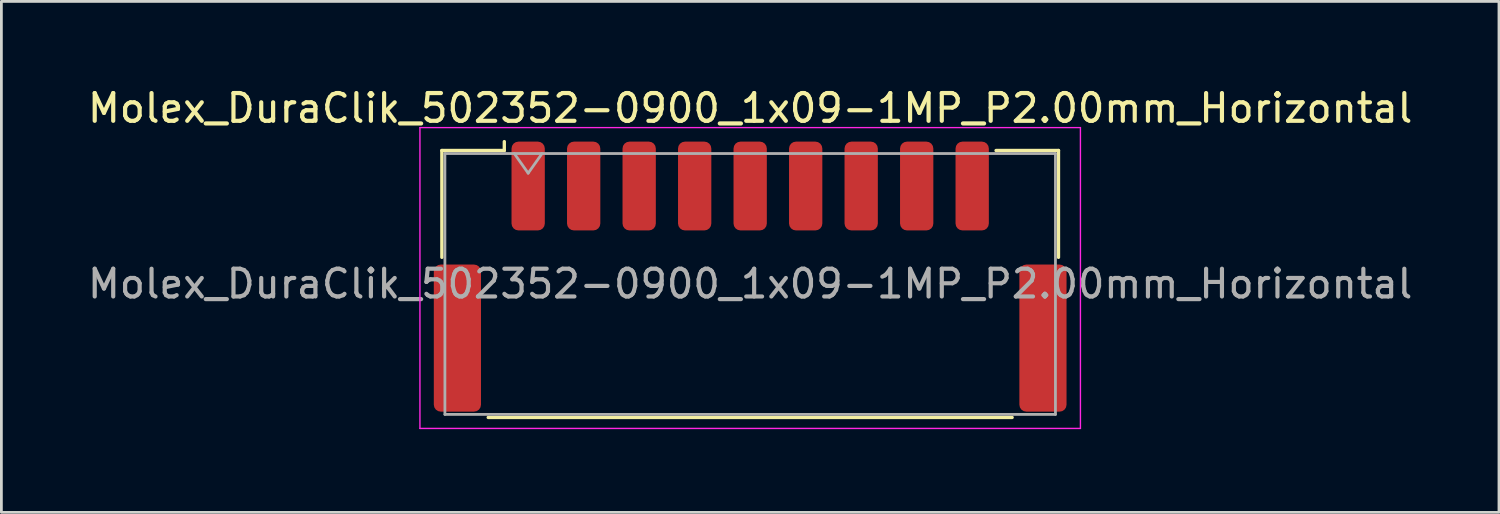
<source format=kicad_pcb>
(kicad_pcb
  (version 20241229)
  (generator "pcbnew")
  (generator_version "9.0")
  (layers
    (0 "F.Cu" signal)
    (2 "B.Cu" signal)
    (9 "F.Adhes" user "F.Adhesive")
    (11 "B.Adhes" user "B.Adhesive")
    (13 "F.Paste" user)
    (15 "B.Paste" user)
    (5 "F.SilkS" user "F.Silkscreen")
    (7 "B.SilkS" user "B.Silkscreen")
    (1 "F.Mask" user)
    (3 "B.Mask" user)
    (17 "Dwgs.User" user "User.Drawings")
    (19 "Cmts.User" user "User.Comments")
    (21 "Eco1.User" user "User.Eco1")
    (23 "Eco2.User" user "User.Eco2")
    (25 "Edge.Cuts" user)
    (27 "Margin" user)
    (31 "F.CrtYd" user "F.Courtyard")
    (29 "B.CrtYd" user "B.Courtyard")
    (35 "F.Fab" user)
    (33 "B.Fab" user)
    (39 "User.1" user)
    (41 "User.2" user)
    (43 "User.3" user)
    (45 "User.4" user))
  (footprint "Molex_DuraClik_502352-0900_1x09-1MP_P2.00mm_Horizontal"
    (layer "F.Cu")
    (at 23.982 6.918)
    (property "Reference" "Molex_DuraClik_502352-0900_1x09-1MP_P2.00mm_Horizontal" (at 0 -6.07 0) (layer "F.SilkS") (effects (font (size 1 1) (thickness 0.15))))
    (attr smd)
    (fp_line (start -11.11 -4.545) (end -8.86 -4.545) (stroke (width 0.12) (type solid)) (layer "F.SilkS"))
    (fp_line (start -11.11 -0.695) (end -11.11 -4.545) (stroke (width 0.12) (type solid)) (layer "F.SilkS"))
    (fp_line (start -9.44 5.075) (end 9.44 5.075) (stroke (width 0.12) (type solid)) (layer "F.SilkS"))
    (fp_line (start -8.86 -4.545) (end -8.86 -4.865) (stroke (width 0.12) (type solid)) (layer "F.SilkS"))
    (fp_line (start 11.11 -4.545) (end 8.86 -4.545) (stroke (width 0.12) (type solid)) (layer "F.SilkS"))
    (fp_line (start 11.11 -0.695) (end 11.11 -4.545) (stroke (width 0.12) (type solid)) (layer "F.SilkS"))
    (fp_line (start -11.9 -5.37) (end -11.9 5.47) (stroke (width 0.05) (type solid)) (layer "F.CrtYd"))
    (fp_line (start -11.9 5.47) (end 11.9 5.47) (stroke (width 0.05) (type solid)) (layer "F.CrtYd"))
    (fp_line (start 11.9 -5.37) (end -11.9 -5.37) (stroke (width 0.05) (type solid)) (layer "F.CrtYd"))
    (fp_line (start 11.9 5.47) (end 11.9 -5.37) (stroke (width 0.05) (type solid)) (layer "F.CrtYd"))
    (fp_line (start -11 -4.435) (end -11 4.965) (stroke (width 0.1) (type solid)) (layer "F.Fab"))
    (fp_line (start -11 -4.435) (end 11 -4.435) (stroke (width 0.1) (type solid)) (layer "F.Fab"))
    (fp_line (start -11 4.965) (end 11 4.965) (stroke (width 0.1) (type solid)) (layer "F.Fab"))
    (fp_line (start -8.5 -4.435) (end -8 -3.728) (stroke (width 0.1) (type solid)) (layer "F.Fab"))
    (fp_line (start -8 -3.728) (end -7.5 -4.435) (stroke (width 0.1) (type solid)) (layer "F.Fab"))
    (fp_line (start 11 -4.435) (end 11 4.965) (stroke (width 0.1) (type solid)) (layer "F.Fab"))
    (fp_text user "${REFERENCE}" (at 0 0.26 0) (layer "F.Fab") (effects (font (size 1 1) (thickness 0.15))))
    (pad "1" smd roundrect (at -8 -3.265) (size 1.2 3.2) (layers "F.Cu" "F.Mask" "F.Paste") (roundrect_rratio 0.208))
    (pad "2" smd roundrect (at -6 -3.265) (size 1.2 3.2) (layers "F.Cu" "F.Mask" "F.Paste") (roundrect_rratio 0.208))
    (pad "3" smd roundrect (at -4 -3.265) (size 1.2 3.2) (layers "F.Cu" "F.Mask" "F.Paste") (roundrect_rratio 0.208))
    (pad "4" smd roundrect (at -2 -3.265) (size 1.2 3.2) (layers "F.Cu" "F.Mask" "F.Paste") (roundrect_rratio 0.208))
    (pad "5" smd roundrect (at 0 -3.265) (size 1.2 3.2) (layers "F.Cu" "F.Mask" "F.Paste") (roundrect_rratio 0.208))
    (pad "6" smd roundrect (at 2 -3.265) (size 1.2 3.2) (layers "F.Cu" "F.Mask" "F.Paste") (roundrect_rratio 0.208))
    (pad "7" smd roundrect (at 4 -3.265) (size 1.2 3.2) (layers "F.Cu" "F.Mask" "F.Paste") (roundrect_rratio 0.208))
    (pad "8" smd roundrect (at 6 -3.265) (size 1.2 3.2) (layers "F.Cu" "F.Mask" "F.Paste") (roundrect_rratio 0.208))
    (pad "9" smd roundrect (at 8 -3.265) (size 1.2 3.2) (layers "F.Cu" "F.Mask" "F.Paste") (roundrect_rratio 0.208))
    (pad "MP" smd roundrect (at -10.55 2.215) (size 1.7 5.3) (layers "F.Cu" "F.Mask" "F.Paste") (roundrect_rratio 0.147))
    (pad "MP" smd roundrect (at 10.55 2.215) (size 1.7 5.3) (layers "F.Cu" "F.Mask" "F.Paste") (roundrect_rratio 0.147)))
  (gr_rect
    (start -3 -3)
    (end 50.964 15.413)
    (stroke (width 0.1) (type default))
    (fill no)
    (layer "Edge.Cuts")))
</source>
